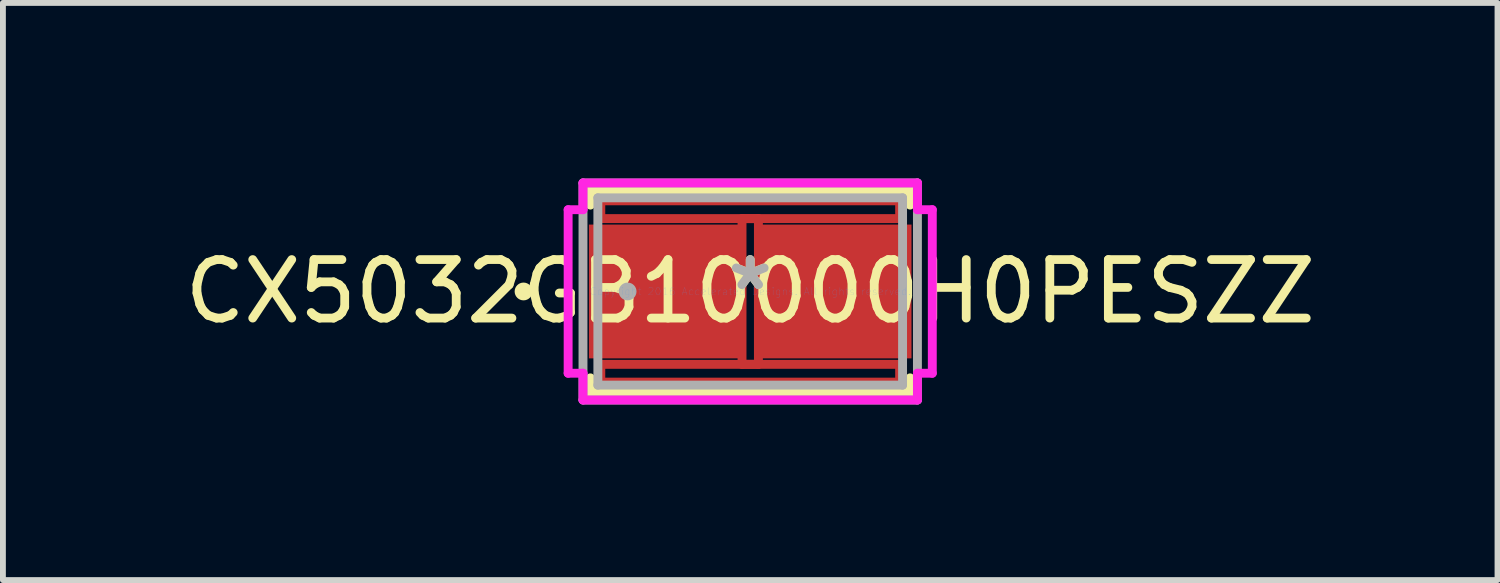
<source format=kicad_pcb>
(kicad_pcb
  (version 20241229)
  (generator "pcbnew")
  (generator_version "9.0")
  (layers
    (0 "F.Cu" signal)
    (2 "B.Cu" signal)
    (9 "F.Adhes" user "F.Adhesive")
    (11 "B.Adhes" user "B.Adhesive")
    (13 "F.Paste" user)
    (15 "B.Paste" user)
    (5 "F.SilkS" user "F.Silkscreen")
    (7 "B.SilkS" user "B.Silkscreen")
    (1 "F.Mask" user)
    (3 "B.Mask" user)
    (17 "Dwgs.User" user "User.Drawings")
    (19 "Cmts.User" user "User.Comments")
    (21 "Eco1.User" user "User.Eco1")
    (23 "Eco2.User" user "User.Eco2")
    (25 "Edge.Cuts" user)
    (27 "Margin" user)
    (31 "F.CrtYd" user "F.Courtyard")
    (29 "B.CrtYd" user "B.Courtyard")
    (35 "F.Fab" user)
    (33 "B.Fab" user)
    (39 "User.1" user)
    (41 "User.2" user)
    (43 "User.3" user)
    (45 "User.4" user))
  (footprint "CX5032GB10000H0PESZZ"
    (layer "F.Cu")
    (at 9.768 1.93)
    (property "Reference" "CX5032GB10000H0PESZZ" (at 0 0 0) (layer "F.SilkS") (effects (font (size 1 1) (thickness 0.15))))
    (attr through_hole)
    (fp_line (start -2.553 -1.549) (end 2.553 -1.549) (stroke (width 0.152) (type solid)) (layer "F.Cu"))
    (fp_line (start -2.553 -1.245) (end -2.553 -1.549) (stroke (width 0.152) (type solid)) (layer "F.Cu"))
    (fp_line (start -2.553 1.245) (end 2.553 1.245) (stroke (width 0.152) (type solid)) (layer "F.Cu"))
    (fp_line (start -2.553 1.549) (end -2.553 1.245) (stroke (width 0.152) (type solid)) (layer "F.Cu"))
    (fp_line (start -0.14 -1.245) (end 0.14 -1.245) (stroke (width 0.152) (type solid)) (layer "F.Cu"))
    (fp_line (start -0.14 1.245) (end -0.14 -1.245) (stroke (width 0.152) (type solid)) (layer "F.Cu"))
    (fp_line (start 0.14 -1.245) (end 0.14 1.245) (stroke (width 0.152) (type solid)) (layer "F.Cu"))
    (fp_line (start 0.14 1.245) (end -0.14 1.245) (stroke (width 0.152) (type solid)) (layer "F.Cu"))
    (fp_line (start 2.553 -1.549) (end 2.553 -1.245) (stroke (width 0.152) (type solid)) (layer "F.Cu"))
    (fp_line (start 2.553 -1.245) (end -2.553 -1.245) (stroke (width 0.152) (type solid)) (layer "F.Cu"))
    (fp_line (start 2.553 1.245) (end 2.553 1.549) (stroke (width 0.152) (type solid)) (layer "F.Cu"))
    (fp_line (start 2.553 1.549) (end -2.553 1.549) (stroke (width 0.152) (type solid)) (layer "F.Cu"))
    (fp_line (start -2.731 -1.727) (end -2.731 -1.476) (stroke (width 0.152) (type solid)) (layer "F.SilkS"))
    (fp_line (start -2.731 1.476) (end -2.731 1.727) (stroke (width 0.152) (type solid)) (layer "F.SilkS"))
    (fp_line (start -2.731 1.727) (end 2.731 1.727) (stroke (width 0.152) (type solid)) (layer "F.SilkS"))
    (fp_line (start 2.731 -1.727) (end -2.731 -1.727) (stroke (width 0.152) (type solid)) (layer "F.SilkS"))
    (fp_line (start 2.731 -1.476) (end 2.731 -1.727) (stroke (width 0.152) (type solid)) (layer "F.SilkS"))
    (fp_line (start 2.731 1.727) (end 2.731 1.476) (stroke (width 0.152) (type solid)) (layer "F.SilkS"))
    (fp_circle (center -3.873 0) (end -3.797 0) (stroke (width 0.152) (type solid)) (fill no) (layer "F.SilkS"))
    (fp_line (start -3.111 -1.397) (end -2.857 -1.397) (stroke (width 0.152) (type solid)) (layer "F.CrtYd"))
    (fp_line (start -3.111 1.397) (end -3.111 -1.397) (stroke (width 0.152) (type solid)) (layer "F.CrtYd"))
    (fp_line (start -2.857 -1.854) (end 2.857 -1.854) (stroke (width 0.152) (type solid)) (layer "F.CrtYd"))
    (fp_line (start -2.857 -1.397) (end -2.857 -1.854) (stroke (width 0.152) (type solid)) (layer "F.CrtYd"))
    (fp_line (start -2.857 1.397) (end -3.111 1.397) (stroke (width 0.152) (type solid)) (layer "F.CrtYd"))
    (fp_line (start -2.857 1.854) (end -2.857 1.397) (stroke (width 0.152) (type solid)) (layer "F.CrtYd"))
    (fp_line (start 2.857 -1.854) (end 2.857 -1.397) (stroke (width 0.152) (type solid)) (layer "F.CrtYd"))
    (fp_line (start 2.857 -1.397) (end 3.111 -1.397) (stroke (width 0.152) (type solid)) (layer "F.CrtYd"))
    (fp_line (start 2.857 1.397) (end 2.857 1.854) (stroke (width 0.152) (type solid)) (layer "F.CrtYd"))
    (fp_line (start 2.857 1.854) (end -2.857 1.854) (stroke (width 0.152) (type solid)) (layer "F.CrtYd"))
    (fp_line (start 3.111 -1.397) (end 3.111 1.397) (stroke (width 0.152) (type solid)) (layer "F.CrtYd"))
    (fp_line (start 3.111 1.397) (end 2.857 1.397) (stroke (width 0.152) (type solid)) (layer "F.CrtYd"))
    (fp_line (start -2.857 -1.854) (end 2.857 -1.854) (stroke (width 0.152) (type solid)) (layer "F.Fab"))
    (fp_line (start -2.857 1.854) (end -2.857 -1.854) (stroke (width 0.152) (type solid)) (layer "F.Fab"))
    (fp_line (start -2.603 -1.6) (end -2.603 1.6) (stroke (width 0.152) (type solid)) (layer "F.Fab"))
    (fp_line (start -2.603 1.6) (end 2.603 1.6) (stroke (width 0.152) (type solid)) (layer "F.Fab"))
    (fp_line (start 2.603 -1.6) (end -2.603 -1.6) (stroke (width 0.152) (type solid)) (layer "F.Fab"))
    (fp_line (start 2.603 1.6) (end 2.603 -1.6) (stroke (width 0.152) (type solid)) (layer "F.Fab"))
    (fp_line (start 2.857 -1.854) (end 2.857 1.854) (stroke (width 0.152) (type solid)) (layer "F.Fab"))
    (fp_line (start 2.857 1.854) (end -2.857 1.854) (stroke (width 0.152) (type solid)) (layer "F.Fab"))
    (fp_circle (center -2.095 0) (end -2.019 0) (stroke (width 0.152) (type solid)) (fill no) (layer "F.Fab"))
    (fp_text user "*" (at 0 0 0) (layer "F.SilkS") (effects (font (size 1 1) (thickness 0.15))))
    (fp_text user "Copyright 2016 Accelerated Designs. All rights reserved." (at 0 0 0) (layer "Cmts.User") (effects (font (size 0.127 0.127) (thickness 0.002))))
    (fp_text user "*" (at 0 0 0) (layer "F.Fab") (effects (font (size 1 1) (thickness 0.15))))
    (pad "1" smd rect (at -1.473 0 90) (size 2.286 2.565) (layers "F.Cu" "F.Mask" "F.Paste"))
    (pad "2" smd rect (at 1.473 0 90) (size 2.286 2.565) (layers "F.Cu" "F.Mask" "F.Paste")))
  (gr_rect
    (start -3 -3)
    (end 22.536 6.861)
    (stroke (width 0.1) (type default))
    (fill no)
    (layer "Edge.Cuts")))
</source>
